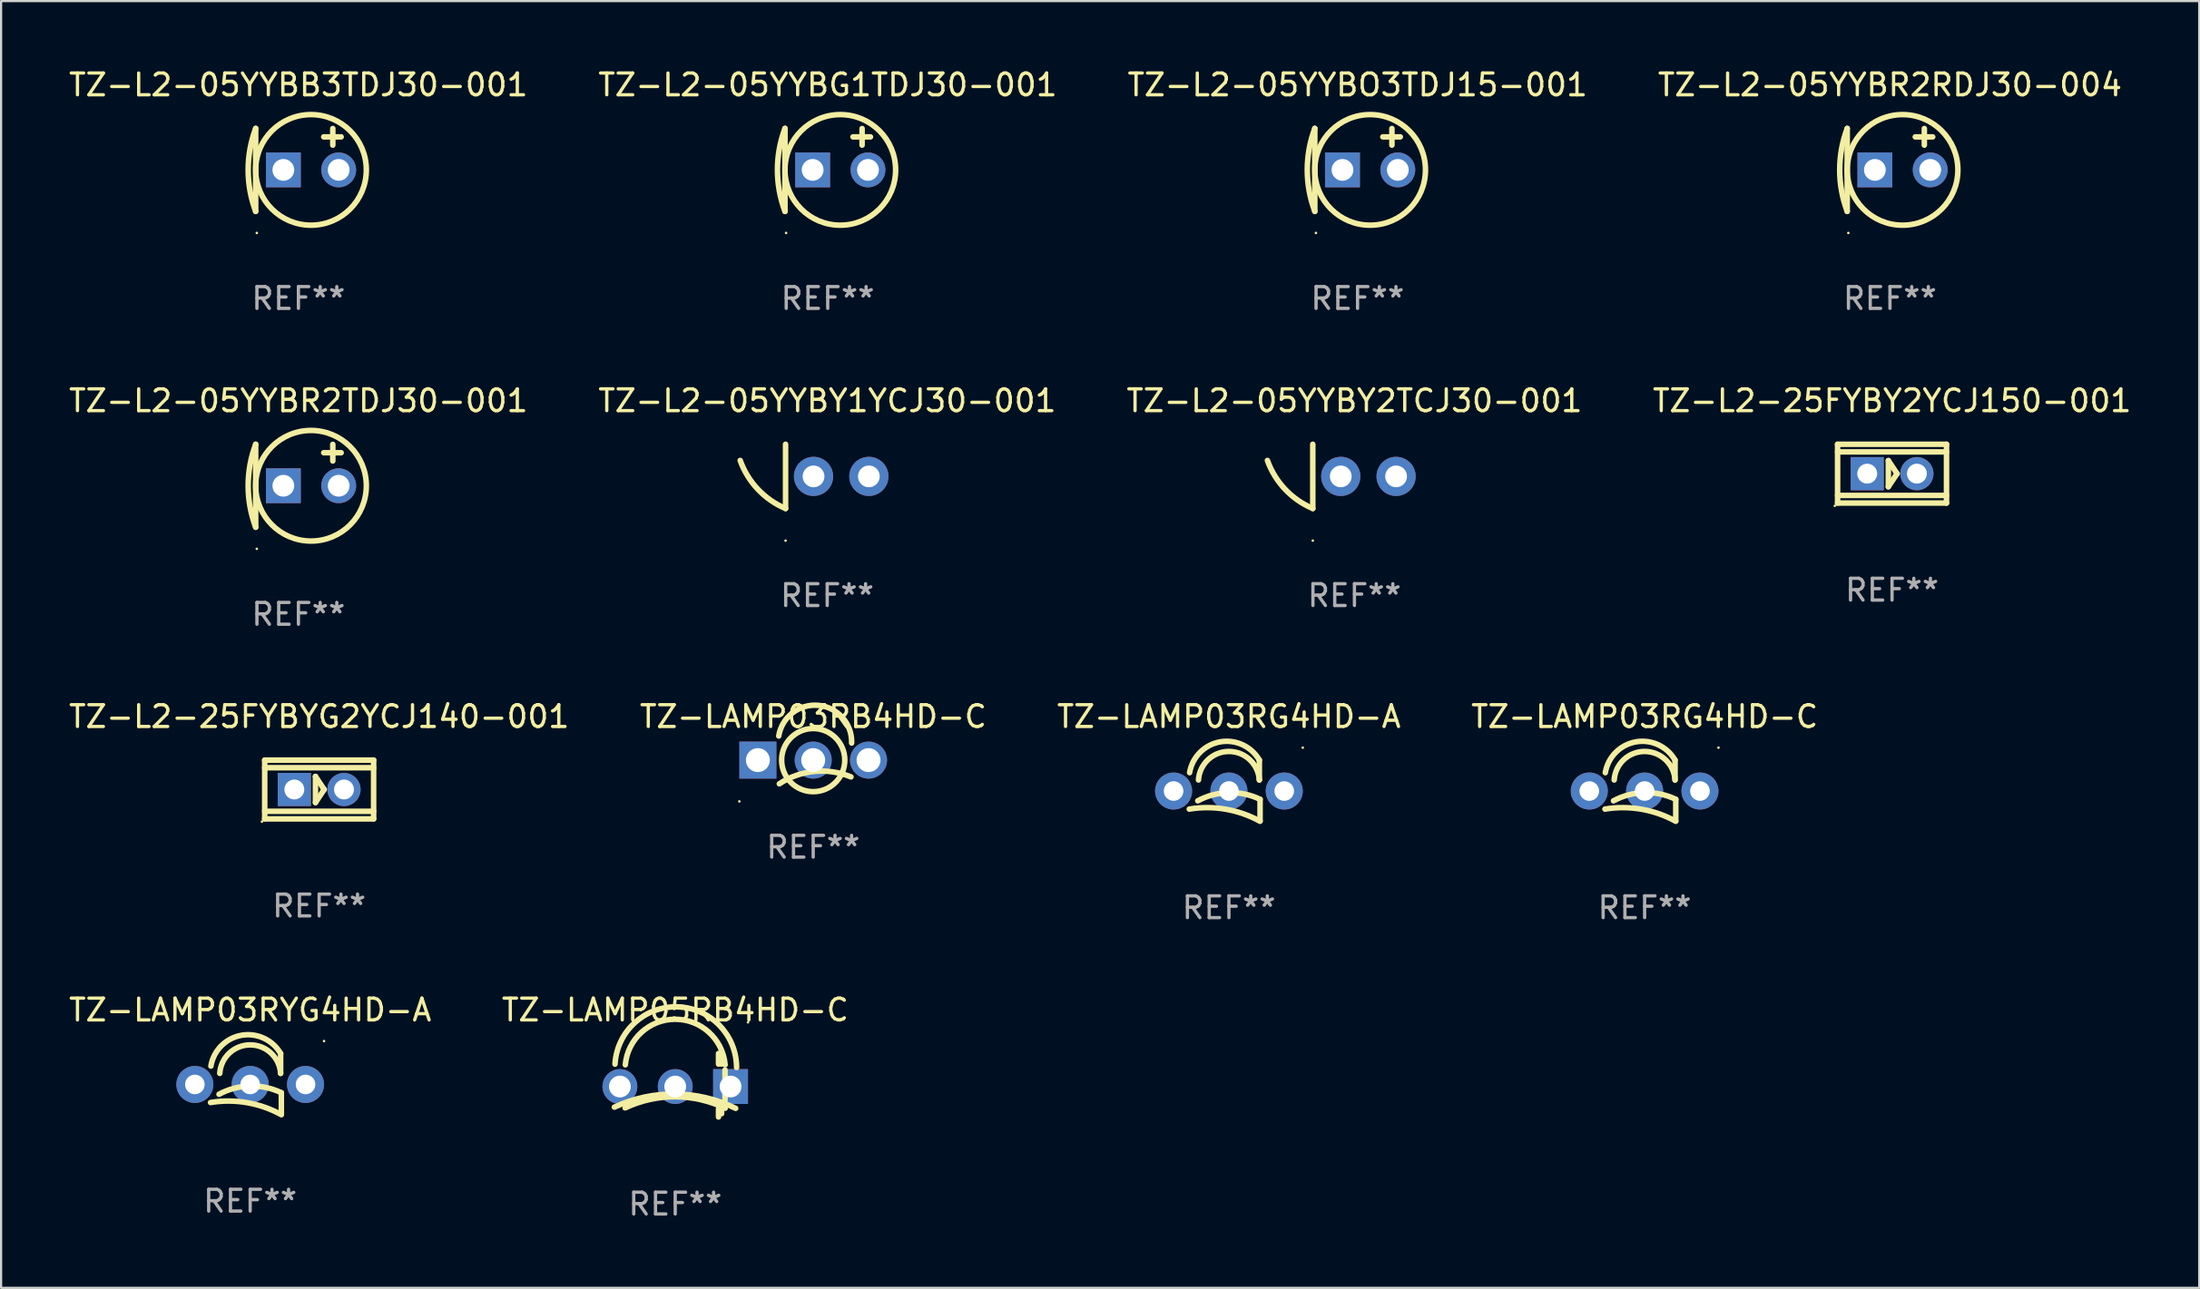
<source format=kicad_pcb>
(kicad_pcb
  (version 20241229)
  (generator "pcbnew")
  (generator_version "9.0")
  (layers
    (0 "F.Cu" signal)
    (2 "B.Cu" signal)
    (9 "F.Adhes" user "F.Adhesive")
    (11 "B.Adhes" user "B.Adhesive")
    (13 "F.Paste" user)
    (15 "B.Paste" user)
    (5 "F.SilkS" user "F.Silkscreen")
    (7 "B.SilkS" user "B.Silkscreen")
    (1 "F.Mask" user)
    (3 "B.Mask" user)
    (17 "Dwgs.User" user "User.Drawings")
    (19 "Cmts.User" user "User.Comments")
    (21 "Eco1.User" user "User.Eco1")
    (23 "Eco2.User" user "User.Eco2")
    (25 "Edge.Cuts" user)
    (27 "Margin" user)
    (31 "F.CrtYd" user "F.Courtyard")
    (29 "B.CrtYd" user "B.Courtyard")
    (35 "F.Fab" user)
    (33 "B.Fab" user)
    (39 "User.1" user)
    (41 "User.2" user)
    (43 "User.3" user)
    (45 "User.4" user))
  (footprint "TZ-L2-05YYBR2RDJ30-004"
    (layer "F.Cu")
    (at 83.708 4.753)
    (property "Reference" "TZ-L2-05YYBR2RDJ30-004" (at 0 -3.905 0) (layer "F.SilkS") (effects (font (size 1 1) (thickness 0.15))))
    (attr through_hole)
    (fp_line (start -1.962 -1.905) (end -1.962 1.905) (stroke (width 0.254) (type solid)) (layer "F.SilkS"))
    (fp_line (start 1.578 -1.138) (end 1.578 -1.9) (stroke (width 0.254) (type solid)) (layer "F.SilkS"))
    (fp_line (start 1.962 -1.516) (end 1.162 -1.516) (stroke (width 0.254) (type solid)) (layer "F.SilkS"))
    (fp_arc (start -1.961996 1.905) (mid -2.307438 0) (end -1.961996 -1.905) (stroke (width 0.254001) (type solid)) (layer "F.SilkS"))
    (fp_circle (center -1.911 2.896) (end -1.881 2.896) (stroke (width 0.06) (type solid)) (fill no) (layer "F.SilkS"))
    (fp_circle (center 0.578 0) (end 3.118 0) (stroke (width 0.254) (type solid)) (fill no) (layer "F.SilkS"))
    (fp_text user "REF**" (at 0 5.905 0) (layer "F.Fab") (effects (font (size 1 1) (thickness 0.15))))
    (pad "1" thru_hole rect (at -0.692 0 180) (size 1.6 1.6) (drill 1) (layers "*.Cu" "*.Mask"))
    (pad "2" thru_hole circle (at 1.848 0) (size 1.6 1.6) (drill 1) (layers "*.Cu" "*.Mask")))
  (footprint "TZ-L2-05YYBR2TDJ30-001"
    (layer "F.Cu")
    (at 10.649 19.26)
    (property "Reference" "TZ-L2-05YYBR2TDJ30-001" (at 0 -3.905 0) (layer "F.SilkS") (effects (font (size 1 1) (thickness 0.15))))
    (attr through_hole)
    (fp_line (start -1.962 -1.905) (end -1.962 1.905) (stroke (width 0.254) (type solid)) (layer "F.SilkS"))
    (fp_line (start 1.578 -1.138) (end 1.578 -1.9) (stroke (width 0.254) (type solid)) (layer "F.SilkS"))
    (fp_line (start 1.962 -1.516) (end 1.162 -1.516) (stroke (width 0.254) (type solid)) (layer "F.SilkS"))
    (fp_arc (start -1.961996 1.905) (mid -2.307438 0) (end -1.961996 -1.905) (stroke (width 0.254001) (type solid)) (layer "F.SilkS"))
    (fp_circle (center -1.911 2.896) (end -1.881 2.896) (stroke (width 0.06) (type solid)) (fill no) (layer "F.SilkS"))
    (fp_circle (center 0.578 0) (end 3.118 0) (stroke (width 0.254) (type solid)) (fill no) (layer "F.SilkS"))
    (fp_text user "REF**" (at 0 5.905 0) (layer "F.Fab") (effects (font (size 1 1) (thickness 0.15))))
    (pad "1" thru_hole rect (at -0.692 0 180) (size 1.6 1.6) (drill 1) (layers "*.Cu" "*.Mask"))
    (pad "2" thru_hole circle (at 1.848 0) (size 1.6 1.6) (drill 1) (layers "*.Cu" "*.Mask")))
  (footprint "TZ-LAMP03RYG4HD-A"
    (layer "F.Cu")
    (at 8.435 46.728)
    (property "Reference" "TZ-LAMP03RYG4HD-A" (at 0 -3.39 0) (layer "F.SilkS") (effects (font (size 1 1) (thickness 0.15))))
    (attr through_hole)
    (fp_line (start 1.397 -0.478) (end 1.397 -1.39) (stroke (width 0.254) (type solid)) (layer "F.SilkS"))
    (fp_line (start 1.43 0.41) (end 1.43 1.39) (stroke (width 0.254) (type solid)) (layer "F.SilkS"))
    (fp_arc (start -1.81999 0.859995) (mid -0.147702 0.865515) (end 1.429997 1.41999) (stroke (width 0.254001) (type solid)) (layer "F.SilkS"))
    (fp_arc (start -1.804597 -0.813437) (mid -0.406468 -2.227145) (end 1.397003 -1.389992) (stroke (width 0.254001) (type solid)) (layer "F.SilkS"))
    (fp_arc (start -1.429997 0.48001) (mid -0.008386 0.102367) (end 1.429998 0.410007) (stroke (width 0.254001) (type solid)) (layer "F.SilkS"))
    (fp_arc (start -1.397003 -0.478003) (mid 0 -1.788385) (end 1.397003 -0.478004) (stroke (width 0.254001) (type solid)) (layer "F.SilkS"))
    (fp_circle (center 3.39 -1.962) (end 3.42 -1.962) (stroke (width 0.06) (type solid)) (fill no) (layer "F.SilkS"))
    (fp_text user "REF**" (at 0 5.39 0) (layer "F.Fab") (effects (font (size 1 1) (thickness 0.15))))
    (pad "1" thru_hole circle (at 2.54 0.03) (size 1.7 1.7) (drill 0.9) (layers "*.Cu" "*.Mask"))
    (pad "2" thru_hole circle (at 0 0.03) (size 1.7 1.7) (drill 0.9) (layers "*.Cu" "*.Mask"))
    (pad "3" thru_hole circle (at -2.54 0.03) (size 1.7 1.7) (drill 0.9) (layers "*.Cu" "*.Mask")))
  (footprint "TZ-L2-05YYBY1YCJ30-001"
    (layer "F.Cu")
    (at 34.923 18.83)
    (property "Reference" "TZ-L2-05YYBY1YCJ30-001" (at 0 -3.475 0) (layer "F.SilkS") (effects (font (size 1 1) (thickness 0.15))))
    (attr through_hole)
    (fp_line (start -1.912 -1.475) (end -1.912 1.475) (stroke (width 0.254) (type solid)) (layer "F.SilkS"))
    (fp_arc (start -1.912395 1.475006) (mid -3.184593 0.589764) (end -3.994078 -0.73193) (stroke (width 0.254001) (type solid)) (layer "F.SilkS"))
    (fp_circle (center -1.912 2.95) (end -1.882 2.95) (stroke (width 0.06) (type solid)) (fill no) (layer "F.SilkS"))
    (fp_text user "REF**" (at 0 5.475 0) (layer "F.Fab") (effects (font (size 1 1) (thickness 0.15))))
    (pad "1" thru_hole circle (at -0.628 0) (size 1.8 1.8) (drill 1) (layers "*.Cu" "*.Mask"))
    (pad "2" thru_hole circle (at 1.912 0) (size 1.8 1.8) (drill 1) (layers "*.Cu" "*.Mask")))
  (footprint "TZ-L2-05YYBY2TCJ30-001"
    (layer "F.Cu")
    (at 59.125 18.83)
    (property "Reference" "TZ-L2-05YYBY2TCJ30-001" (at 0 -3.475 0) (layer "F.SilkS") (effects (font (size 1 1) (thickness 0.15))))
    (attr through_hole)
    (fp_line (start -1.912 -1.475) (end -1.912 1.475) (stroke (width 0.254) (type solid)) (layer "F.SilkS"))
    (fp_arc (start -1.912395 1.475006) (mid -3.184593 0.589764) (end -3.994078 -0.73193) (stroke (width 0.254001) (type solid)) (layer "F.SilkS"))
    (fp_circle (center -1.912 2.95) (end -1.882 2.95) (stroke (width 0.06) (type solid)) (fill no) (layer "F.SilkS"))
    (fp_text user "REF**" (at 0 5.475 0) (layer "F.Fab") (effects (font (size 1 1) (thickness 0.15))))
    (pad "1" thru_hole circle (at -0.628 0) (size 1.8 1.8) (drill 1) (layers "*.Cu" "*.Mask"))
    (pad "2" thru_hole circle (at 1.912 0) (size 1.8 1.8) (drill 1) (layers "*.Cu" "*.Mask")))
  (footprint "TZ-LAMP03RG4HD-A"
    (layer "F.Cu")
    (at 53.363 33.251)
    (property "Reference" "TZ-LAMP03RG4HD-A" (at 0 -3.39 0) (layer "F.SilkS") (effects (font (size 1 1) (thickness 0.15))))
    (attr through_hole)
    (fp_line (start 1.397 -0.478) (end 1.397 -1.39) (stroke (width 0.254) (type solid)) (layer "F.SilkS"))
    (fp_line (start 1.43 0.41) (end 1.43 1.39) (stroke (width 0.254) (type solid)) (layer "F.SilkS"))
    (fp_arc (start -1.81999 0.859995) (mid -0.147702 0.865515) (end 1.429997 1.41999) (stroke (width 0.254001) (type solid)) (layer "F.SilkS"))
    (fp_arc (start -1.804597 -0.813437) (mid -0.406468 -2.227145) (end 1.397003 -1.389992) (stroke (width 0.254001) (type solid)) (layer "F.SilkS"))
    (fp_arc (start -1.429997 0.48001) (mid -0.008386 0.102367) (end 1.429998 0.410007) (stroke (width 0.254001) (type solid)) (layer "F.SilkS"))
    (fp_arc (start -1.397003 -0.478003) (mid 0 -1.788385) (end 1.397003 -0.478004) (stroke (width 0.254001) (type solid)) (layer "F.SilkS"))
    (fp_circle (center 3.39 -1.962) (end 3.42 -1.962) (stroke (width 0.06) (type solid)) (fill no) (layer "F.SilkS"))
    (fp_text user "REF**" (at 0 5.39 0) (layer "F.Fab") (effects (font (size 1 1) (thickness 0.15))))
    (pad "1" thru_hole circle (at 2.54 0.03) (size 1.7 1.7) (drill 0.9) (layers "*.Cu" "*.Mask"))
    (pad "2" thru_hole circle (at 0 0.03) (size 1.7 1.7) (drill 0.9) (layers "*.Cu" "*.Mask"))
    (pad "3" thru_hole circle (at -2.54 0.03) (size 1.7 1.7) (drill 0.9) (layers "*.Cu" "*.Mask")))
  (footprint "TZ-LAMP05RB4HD-C"
    (layer "F.Cu")
    (at 27.946 46.794)
    (property "Reference" "TZ-LAMP05RB4HD-C" (at 0 -3.457 0) (layer "F.SilkS") (effects (font (size 1 1) (thickness 0.15))))
    (attr through_hole)
    (fp_line (start 1.987 -1.457) (end 1.987 -0.972) (stroke (width 0.254) (type solid)) (layer "F.SilkS"))
    (fp_line (start 1.987 1.091) (end 1.987 1.457) (stroke (width 0.254) (type solid)) (layer "F.SilkS"))
    (fp_line (start 2.128 -1.252) (end 2.128 -0.972) (stroke (width 0.254) (type solid)) (layer "F.SilkS"))
    (fp_line (start 2.128 1.091) (end 2.128 1.306) (stroke (width 0.254) (type solid)) (layer "F.SilkS"))
    (fp_line (start 2.286 -0.702) (end 2.286 0.695) (stroke (width 0.254) (type solid)) (layer "F.SilkS"))
    (fp_arc (start -2.79431 1.00635) (mid -0.003401 0.402194) (end 2.774956 1.061671) (stroke (width 0.254001) (type solid)) (layer "F.SilkS"))
    (fp_arc (start -2.764008 -0.970256) (mid 0.101321 -3.600361) (end 2.816739 -0.815748) (stroke (width 0.254001) (type solid)) (layer "F.SilkS"))
    (fp_arc (start -2.300305 1.040208) (mid -0.001691 0.529517) (end 2.293193 1.056718) (stroke (width 0.254001) (type solid)) (layer "F.SilkS"))
    (fp_arc (start -2.291543 -0.938963) (mid -0.000907 -3.03144) (end 2.290958 -0.94031) (stroke (width 0.254001) (type solid)) (layer "F.SilkS"))
    (fp_circle (center 3.34 -2.89) (end 3.37 -2.89) (stroke (width 0.06) (type solid)) (fill no) (layer "F.SilkS"))
    (fp_text user "REF**" (at 0 5.457 0) (layer "F.Fab") (effects (font (size 1 1) (thickness 0.15))))
    (pad "1" thru_hole rect (at 2.54 0.06) (size 1.6 1.6) (drill 1) (layers "*.Cu" "*.Mask"))
    (pad "2" thru_hole circle (at 0 0.06) (size 1.6 1.6) (drill 1) (layers "*.Cu" "*.Mask"))
    (pad "3" thru_hole circle (at -2.54 0.06) (size 1.6 1.6) (drill 1) (layers "*.Cu" "*.Mask")))
  (footprint "TZ-L2-05YYBG1TDJ30-001"
    (layer "F.Cu")
    (at 34.946 4.753)
    (property "Reference" "TZ-L2-05YYBG1TDJ30-001" (at 0 -3.905 0) (layer "F.SilkS") (effects (font (size 1 1) (thickness 0.15))))
    (attr through_hole)
    (fp_line (start -1.962 -1.905) (end -1.962 1.905) (stroke (width 0.254) (type solid)) (layer "F.SilkS"))
    (fp_line (start 1.578 -1.138) (end 1.578 -1.9) (stroke (width 0.254) (type solid)) (layer "F.SilkS"))
    (fp_line (start 1.962 -1.516) (end 1.162 -1.516) (stroke (width 0.254) (type solid)) (layer "F.SilkS"))
    (fp_arc (start -1.961996 1.905) (mid -2.307438 0) (end -1.961996 -1.905) (stroke (width 0.254001) (type solid)) (layer "F.SilkS"))
    (fp_circle (center -1.911 2.896) (end -1.881 2.896) (stroke (width 0.06) (type solid)) (fill no) (layer "F.SilkS"))
    (fp_circle (center 0.578 0) (end 3.118 0) (stroke (width 0.254) (type solid)) (fill no) (layer "F.SilkS"))
    (fp_text user "REF**" (at 0 5.905 0) (layer "F.Fab") (effects (font (size 1 1) (thickness 0.15))))
    (pad "1" thru_hole rect (at -0.692 0 180) (size 1.6 1.6) (drill 1) (layers "*.Cu" "*.Mask"))
    (pad "2" thru_hole circle (at 1.848 0) (size 1.6 1.6) (drill 1) (layers "*.Cu" "*.Mask")))
  (footprint "TZ-L2-05YYBB3TDJ30-001"
    (layer "F.Cu")
    (at 10.649 4.753)
    (property "Reference" "TZ-L2-05YYBB3TDJ30-001" (at 0 -3.905 0) (layer "F.SilkS") (effects (font (size 1 1) (thickness 0.15))))
    (attr through_hole)
    (fp_line (start -1.962 -1.905) (end -1.962 1.905) (stroke (width 0.254) (type solid)) (layer "F.SilkS"))
    (fp_line (start 1.578 -1.138) (end 1.578 -1.9) (stroke (width 0.254) (type solid)) (layer "F.SilkS"))
    (fp_line (start 1.962 -1.516) (end 1.162 -1.516) (stroke (width 0.254) (type solid)) (layer "F.SilkS"))
    (fp_arc (start -1.961996 1.905) (mid -2.307438 0) (end -1.961996 -1.905) (stroke (width 0.254001) (type solid)) (layer "F.SilkS"))
    (fp_circle (center -1.911 2.896) (end -1.881 2.896) (stroke (width 0.06) (type solid)) (fill no) (layer "F.SilkS"))
    (fp_circle (center 0.578 0) (end 3.118 0) (stroke (width 0.254) (type solid)) (fill no) (layer "F.SilkS"))
    (fp_text user "REF**" (at 0 5.905 0) (layer "F.Fab") (effects (font (size 1 1) (thickness 0.15))))
    (pad "1" thru_hole rect (at -0.692 0 180) (size 1.6 1.6) (drill 1) (layers "*.Cu" "*.Mask"))
    (pad "2" thru_hole circle (at 1.848 0) (size 1.6 1.6) (drill 1) (layers "*.Cu" "*.Mask")))
  (footprint "TZ-L2-25FYBY2YCJ150-001"
    (layer "F.Cu")
    (at 83.804 18.705)
    (property "Reference" "TZ-L2-25FYBY2YCJ150-001" (at 0 -3.35 0) (layer "F.SilkS") (effects (font (size 1 1) (thickness 0.15))))
    (attr through_hole)
    (fp_line (start -2.5 -1) (end 2.5 -1) (stroke (width 0.254) (type solid)) (layer "F.SilkS"))
    (fp_line (start -2.5 -1.35) (end 2.5 -1.35) (stroke (width 0.254) (type solid)) (layer "F.SilkS"))
    (fp_line (start -2.5 1) (end 2.5 1) (stroke (width 0.254) (type solid)) (layer "F.SilkS"))
    (fp_line (start -2.5 1.35) (end -2.5 -1.35) (stroke (width 0.254) (type solid)) (layer "F.SilkS"))
    (fp_line (start -0.17 -0.6) (end 0.23 0) (stroke (width 0.254) (type solid)) (layer "F.SilkS"))
    (fp_line (start -0.17 0.6) (end -0.17 -0.6) (stroke (width 0.254) (type solid)) (layer "F.SilkS"))
    (fp_line (start 0.23 0) (end -0.17 0.6) (stroke (width 0.254) (type solid)) (layer "F.SilkS"))
    (fp_line (start 2.5 -1.35) (end 2.5 1.35) (stroke (width 0.254) (type solid)) (layer "F.SilkS"))
    (fp_line (start 2.5 1.35) (end -2.5 1.35) (stroke (width 0.254) (type solid)) (layer "F.SilkS"))
    (fp_circle (center -2.627 1.477) (end -2.597 1.477) (stroke (width 0.06) (type solid)) (fill no) (layer "F.SilkS"))
    (fp_text user "REF**" (at 0 5.35 0) (layer "F.Fab") (effects (font (size 1 1) (thickness 0.15))))
    (pad "1" thru_hole rect (at -1.14 0) (size 1.524 1.524) (drill 0.914) (layers "*.Cu" "*.Mask"))
    (pad "2" thru_hole circle (at 1.14 0) (size 1.524 1.524) (drill 0.914) (layers "*.Cu" "*.Mask")))
  (footprint "TZ-LAMP03RB4HD-C"
    (layer "F.Cu")
    (at 34.28 31.861)
    (property "Reference" "TZ-LAMP03RB4HD-C" (at 0 -2 0) (layer "F.SilkS") (effects (font (size 1 1) (thickness 0.15))))
    (attr through_hole)
    (fp_arc (start -1.582041 -1.107748) (mid 0.242243 -2.515913) (end 1.764338 -0.785547) (stroke (width 0.254001) (type solid)) (layer "F.SilkS"))
    (fp_arc (start -1.554229 1.088291) (mid 0.050019 0.519495) (end 1.733324 0.77173) (stroke (width 0.254001) (type solid)) (layer "F.SilkS"))
    (fp_circle (center -3.39 1.897) (end -3.36 1.897) (stroke (width 0.06) (type solid)) (fill no) (layer "F.SilkS"))
    (fp_circle (center 0 0) (end 1.45 0) (stroke (width 0.254) (type solid)) (fill no) (layer "F.SilkS"))
    (fp_text user "REF**" (at 0 4 0) (layer "F.Fab") (effects (font (size 1 1) (thickness 0.15))))
    (pad "1" thru_hole rect (at -2.54 0) (size 1.7 1.7) (drill 1.1) (layers "*.Cu" "*.Mask"))
    (pad "2" thru_hole circle (at 0 0) (size 1.7 1.7) (drill 1.1) (layers "*.Cu" "*.Mask"))
    (pad "3" thru_hole circle (at 2.54 0) (size 1.7 1.7) (drill 1.1) (layers "*.Cu" "*.Mask")))
  (footprint "TZ-L2-05YYBO3TDJ15-001"
    (layer "F.Cu")
    (at 59.268 4.753)
    (property "Reference" "TZ-L2-05YYBO3TDJ15-001" (at 0 -3.905 0) (layer "F.SilkS") (effects (font (size 1 1) (thickness 0.15))))
    (attr through_hole)
    (fp_line (start -1.962 -1.905) (end -1.962 1.905) (stroke (width 0.254) (type solid)) (layer "F.SilkS"))
    (fp_line (start 1.578 -1.138) (end 1.578 -1.9) (stroke (width 0.254) (type solid)) (layer "F.SilkS"))
    (fp_line (start 1.962 -1.516) (end 1.162 -1.516) (stroke (width 0.254) (type solid)) (layer "F.SilkS"))
    (fp_arc (start -1.961996 1.905) (mid -2.307438 0) (end -1.961996 -1.905) (stroke (width 0.254001) (type solid)) (layer "F.SilkS"))
    (fp_circle (center -1.911 2.896) (end -1.881 2.896) (stroke (width 0.06) (type solid)) (fill no) (layer "F.SilkS"))
    (fp_circle (center 0.578 0) (end 3.118 0) (stroke (width 0.254) (type solid)) (fill no) (layer "F.SilkS"))
    (fp_text user "REF**" (at 0 5.905 0) (layer "F.Fab") (effects (font (size 1 1) (thickness 0.15))))
    (pad "1" thru_hole rect (at -0.692 0 180) (size 1.6 1.6) (drill 1) (layers "*.Cu" "*.Mask"))
    (pad "2" thru_hole circle (at 1.848 0) (size 1.6 1.6) (drill 1) (layers "*.Cu" "*.Mask")))
  (footprint "TZ-L2-25FYBYG2YCJ140-001"
    (layer "F.Cu")
    (at 11.601 33.211)
    (property "Reference" "TZ-L2-25FYBYG2YCJ140-001" (at 0 -3.35 0) (layer "F.SilkS") (effects (font (size 1 1) (thickness 0.15))))
    (attr through_hole)
    (fp_line (start -2.5 -1) (end 2.5 -1) (stroke (width 0.254) (type solid)) (layer "F.SilkS"))
    (fp_line (start -2.5 -1.35) (end 2.5 -1.35) (stroke (width 0.254) (type solid)) (layer "F.SilkS"))
    (fp_line (start -2.5 1) (end 2.5 1) (stroke (width 0.254) (type solid)) (layer "F.SilkS"))
    (fp_line (start -2.5 1.35) (end -2.5 -1.35) (stroke (width 0.254) (type solid)) (layer "F.SilkS"))
    (fp_line (start -0.17 -0.6) (end 0.23 0) (stroke (width 0.254) (type solid)) (layer "F.SilkS"))
    (fp_line (start -0.17 0.6) (end -0.17 -0.6) (stroke (width 0.254) (type solid)) (layer "F.SilkS"))
    (fp_line (start 0.23 0) (end -0.17 0.6) (stroke (width 0.254) (type solid)) (layer "F.SilkS"))
    (fp_line (start 2.5 -1.35) (end 2.5 1.35) (stroke (width 0.254) (type solid)) (layer "F.SilkS"))
    (fp_line (start 2.5 1.35) (end -2.5 1.35) (stroke (width 0.254) (type solid)) (layer "F.SilkS"))
    (fp_circle (center -2.627 1.477) (end -2.597 1.477) (stroke (width 0.06) (type solid)) (fill no) (layer "F.SilkS"))
    (fp_text user "REF**" (at 0 5.35 0) (layer "F.Fab") (effects (font (size 1 1) (thickness 0.15))))
    (pad "1" thru_hole rect (at -1.14 0) (size 1.524 1.524) (drill 0.914) (layers "*.Cu" "*.Mask"))
    (pad "2" thru_hole circle (at 1.14 0) (size 1.524 1.524) (drill 0.914) (layers "*.Cu" "*.Mask")))
  (footprint "TZ-LAMP03RG4HD-C"
    (layer "F.Cu")
    (at 72.446 33.251)
    (property "Reference" "TZ-LAMP03RG4HD-C" (at 0 -3.39 0) (layer "F.SilkS") (effects (font (size 1 1) (thickness 0.15))))
    (attr through_hole)
    (fp_line (start 1.397 -0.478) (end 1.397 -1.39) (stroke (width 0.254) (type solid)) (layer "F.SilkS"))
    (fp_line (start 1.43 0.41) (end 1.43 1.39) (stroke (width 0.254) (type solid)) (layer "F.SilkS"))
    (fp_arc (start -1.81999 0.859995) (mid -0.147702 0.865515) (end 1.429997 1.41999) (stroke (width 0.254001) (type solid)) (layer "F.SilkS"))
    (fp_arc (start -1.804597 -0.813437) (mid -0.406468 -2.227145) (end 1.397003 -1.389992) (stroke (width 0.254001) (type solid)) (layer "F.SilkS"))
    (fp_arc (start -1.429997 0.48001) (mid -0.008386 0.102367) (end 1.429998 0.410007) (stroke (width 0.254001) (type solid)) (layer "F.SilkS"))
    (fp_arc (start -1.397003 -0.478003) (mid 0 -1.788385) (end 1.397003 -0.478004) (stroke (width 0.254001) (type solid)) (layer "F.SilkS"))
    (fp_circle (center 3.39 -1.962) (end 3.42 -1.962) (stroke (width 0.06) (type solid)) (fill no) (layer "F.SilkS"))
    (fp_text user "REF**" (at 0 5.39 0) (layer "F.Fab") (effects (font (size 1 1) (thickness 0.15))))
    (pad "1" thru_hole circle (at 2.54 0.03) (size 1.7 1.7) (drill 0.9) (layers "*.Cu" "*.Mask"))
    (pad "2" thru_hole circle (at 0 0.03) (size 1.7 1.7) (drill 0.9) (layers "*.Cu" "*.Mask"))
    (pad "3" thru_hole circle (at -2.54 0.03) (size 1.7 1.7) (drill 0.9) (layers "*.Cu" "*.Mask")))
  (gr_rect
    (start -3 -3)
    (end 97.905 56.099)
    (stroke (width 0.1) (type default))
    (fill no)
    (layer "Edge.Cuts")))
</source>
